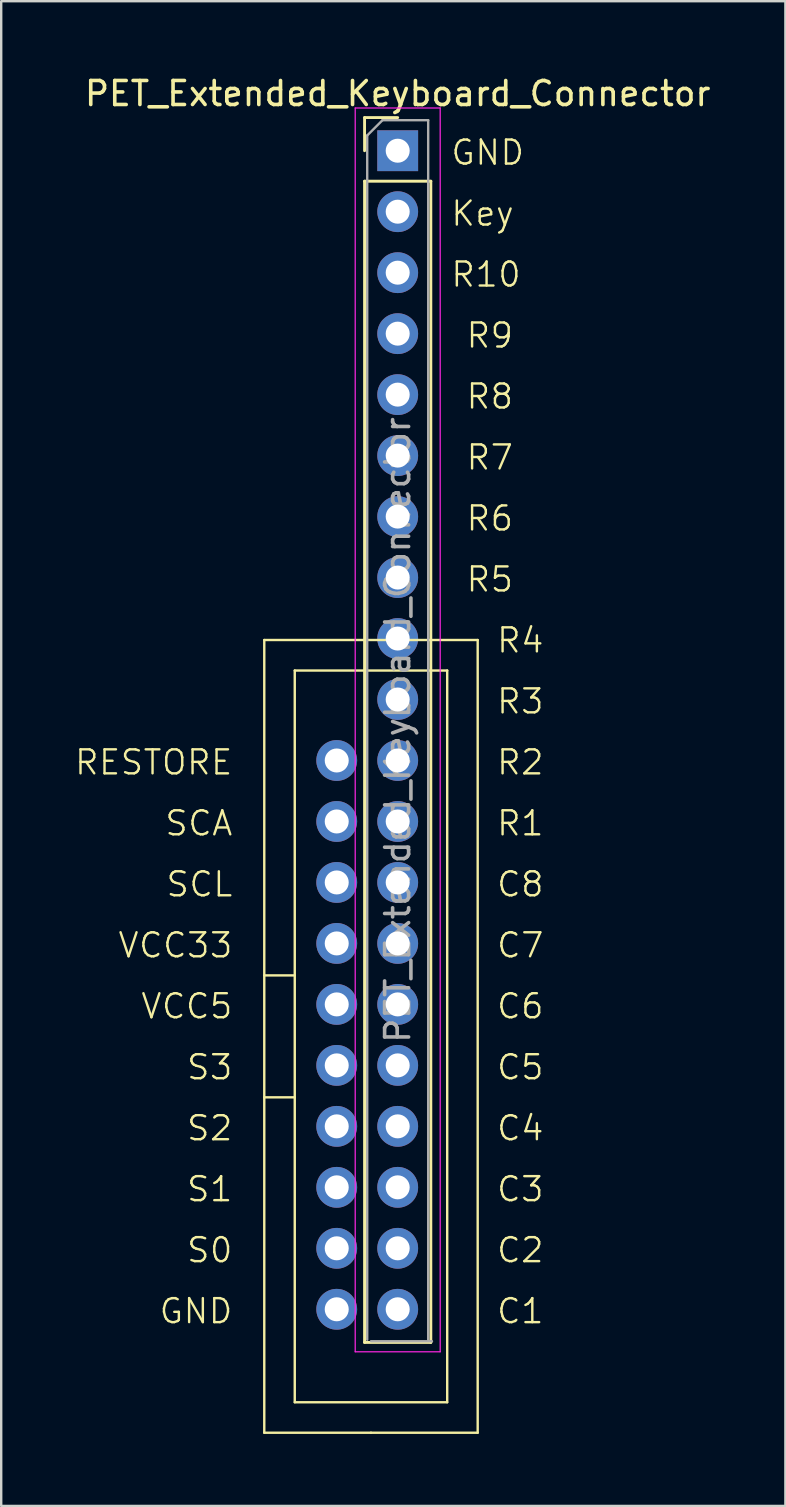
<source format=kicad_pcb>
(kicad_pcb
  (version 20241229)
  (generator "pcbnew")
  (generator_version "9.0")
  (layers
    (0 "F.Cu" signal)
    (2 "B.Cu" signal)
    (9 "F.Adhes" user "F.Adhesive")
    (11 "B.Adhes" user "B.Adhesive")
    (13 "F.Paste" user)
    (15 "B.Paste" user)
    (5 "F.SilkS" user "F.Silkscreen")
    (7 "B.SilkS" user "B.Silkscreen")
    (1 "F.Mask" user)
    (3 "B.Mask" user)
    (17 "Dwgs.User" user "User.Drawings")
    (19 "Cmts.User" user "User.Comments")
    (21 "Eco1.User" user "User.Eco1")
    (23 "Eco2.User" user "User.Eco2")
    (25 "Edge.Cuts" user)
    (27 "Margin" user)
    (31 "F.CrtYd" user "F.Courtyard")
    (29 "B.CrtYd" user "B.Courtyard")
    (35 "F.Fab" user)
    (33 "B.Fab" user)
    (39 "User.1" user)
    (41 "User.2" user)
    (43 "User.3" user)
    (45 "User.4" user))
  (footprint "PET_Extended_Keyboard_Connector"
    (layer "F.Cu")
    (at 13.516 3.228)
    (property "Reference" "PET_Extended_Keyboard_Connector" (at 0 -2.38 0) (layer "F.SilkS") (effects (font (size 1 1) (thickness 0.15))))
    (attr through_hole)
    (fp_line (start -5.558 20.382) (end -5.558 53.402) (stroke (width 0.1) (type default)) (layer "F.SilkS"))
    (fp_line (start -5.558 34.352) (end -4.288 34.352) (stroke (width 0.1) (type default)) (layer "F.SilkS"))
    (fp_line (start -5.558 39.432) (end -4.288 39.432) (stroke (width 0.1) (type default)) (layer "F.SilkS"))
    (fp_line (start -5.558 53.402) (end -1.113 53.402) (stroke (width 0.1) (type default)) (layer "F.SilkS"))
    (fp_line (start -4.288 21.652) (end -4.288 52.132) (stroke (width 0.1) (type default)) (layer "F.SilkS"))
    (fp_line (start -4.288 52.132) (end 2.062 52.132) (stroke (width 0.1) (type default)) (layer "F.SilkS"))
    (fp_line (start -1.38 -1.38) (end 0 -1.38) (stroke (width 0.12) (type solid)) (layer "F.SilkS"))
    (fp_line (start -1.38 0) (end -1.38 -1.38) (stroke (width 0.12) (type solid)) (layer "F.SilkS"))
    (fp_line (start -1.38 1.27) (end -1.38 49.64) (stroke (width 0.12) (type solid)) (layer "F.SilkS"))
    (fp_line (start -1.38 1.27) (end 1.38 1.27) (stroke (width 0.12) (type solid)) (layer "F.SilkS"))
    (fp_line (start -1.38 49.64) (end 1.38 49.64) (stroke (width 0.12) (type solid)) (layer "F.SilkS"))
    (fp_line (start -1.113 53.402) (end 3.332 53.402) (stroke (width 0.1) (type default)) (layer "F.SilkS"))
    (fp_line (start 1.38 1.27) (end 1.38 49.64) (stroke (width 0.12) (type solid)) (layer "F.SilkS"))
    (fp_line (start 2.062 21.652) (end -4.288 21.652) (stroke (width 0.1) (type default)) (layer "F.SilkS"))
    (fp_line (start 2.062 52.132) (end 2.062 21.652) (stroke (width 0.1) (type default)) (layer "F.SilkS"))
    (fp_line (start 3.332 20.382) (end -5.558 20.382) (stroke (width 0.1) (type default)) (layer "F.SilkS"))
    (fp_line (start 3.332 53.402) (end 3.332 20.382) (stroke (width 0.1) (type default)) (layer "F.SilkS"))
    (fp_line (start -1.77 -1.78) (end -1.77 50.03) (stroke (width 0.05) (type solid)) (layer "F.CrtYd"))
    (fp_line (start -1.77 50.03) (end 1.77 50.03) (stroke (width 0.05) (type solid)) (layer "F.CrtYd"))
    (fp_line (start 1.77 -1.78) (end -1.77 -1.78) (stroke (width 0.05) (type solid)) (layer "F.CrtYd"))
    (fp_line (start 1.77 50.03) (end 1.77 -1.78) (stroke (width 0.05) (type solid)) (layer "F.CrtYd"))
    (fp_line (start -1.27 -0.635) (end -0.635 -1.27) (stroke (width 0.1) (type solid)) (layer "F.Fab"))
    (fp_line (start -1.27 49.53) (end -1.27 -0.635) (stroke (width 0.1) (type solid)) (layer "F.Fab"))
    (fp_line (start -0.635 -1.27) (end 1.27 -1.27) (stroke (width 0.1) (type solid)) (layer "F.Fab"))
    (fp_line (start 1.27 -1.27) (end 1.27 49.53) (stroke (width 0.1) (type solid)) (layer "F.Fab"))
    (fp_line (start 1.427 49.592) (end -1.113 49.592) (stroke (width 0.1) (type solid)) (layer "F.Fab"))
    (fp_text user "C8" (at 4.065 31.142 0) (unlocked yes) (layer "F.SilkS") (effects (font (size 1 1) (thickness 0.1)) (justify left bottom)))
    (fp_text user "C4" (at 4.065 41.302 0) (unlocked yes) (layer "F.SilkS") (effects (font (size 1 1) (thickness 0.1)) (justify left bottom)))
    (fp_text user "RESTORE" (at -13.516 26.062 0) (unlocked yes) (layer "F.SilkS") (effects (font (size 1 1) (thickness 0.1)) (justify left bottom)))
    (fp_text user "C6" (at 4.065 36.222 0) (unlocked yes) (layer "F.SilkS") (effects (font (size 1 1) (thickness 0.1)) (justify left bottom)))
    (fp_text user "C5" (at 4.065 38.762 0) (unlocked yes) (layer "F.SilkS") (effects (font (size 1 1) (thickness 0.1)) (justify left bottom)))
    (fp_text user "VCC33" (at -11.706 33.682 0) (unlocked yes) (layer "F.SilkS") (effects (font (size 1 1) (thickness 0.1)) (justify left bottom)))
    (fp_text user "S3" (at -8.849 38.762 0) (unlocked yes) (layer "F.SilkS") (effects (font (size 1 1) (thickness 0.1)) (justify left bottom)))
    (fp_text user "R5" (at 2.795 18.442 0) (unlocked yes) (layer "F.SilkS") (effects (font (size 1 1) (thickness 0.1)) (justify left bottom)))
    (fp_text user "S2" (at -8.849 41.302 0) (unlocked yes) (layer "F.SilkS") (effects (font (size 1 1) (thickness 0.1)) (justify left bottom)))
    (fp_text user "R6" (at 2.795 15.902 0) (unlocked yes) (layer "F.SilkS") (effects (font (size 1 1) (thickness 0.1)) (justify left bottom)))
    (fp_text user "GND" (at 2.16 0.662 0) (unlocked yes) (layer "F.SilkS") (effects (font (size 1 1) (thickness 0.1)) (justify left bottom)))
    (fp_text user "SCL" (at -9.706 31.142 0) (unlocked yes) (layer "F.SilkS") (effects (font (size 1 1) (thickness 0.1)) (justify left bottom)))
    (fp_text user "R9" (at 2.795 8.282 0) (unlocked yes) (layer "F.SilkS") (effects (font (size 1 1) (thickness 0.1)) (justify left bottom)))
    (fp_text user "R2" (at 4.065 26.062 0) (unlocked yes) (layer "F.SilkS") (effects (font (size 1 1) (thickness 0.1)) (justify left bottom)))
    (fp_text user "Key" (at 2.16 3.202 0) (unlocked yes) (layer "F.SilkS") (effects (font (size 1 1) (thickness 0.1)) (justify left bottom)))
    (fp_text user "C3" (at 4.065 43.842 0) (unlocked yes) (layer "F.SilkS") (effects (font (size 1 1) (thickness 0.1)) (justify left bottom)))
    (fp_text user "R1" (at 4.065 28.602 0) (unlocked yes) (layer "F.SilkS") (effects (font (size 1 1) (thickness 0.1)) (justify left bottom)))
    (fp_text user "VCC5" (at -10.754 36.222 0) (unlocked yes) (layer "F.SilkS") (effects (font (size 1 1) (thickness 0.1)) (justify left bottom)))
    (fp_text user "R3" (at 4.065 23.522 0) (unlocked yes) (layer "F.SilkS") (effects (font (size 1 1) (thickness 0.1)) (justify left bottom)))
    (fp_text user "SCA" (at -9.754 28.602 0) (unlocked yes) (layer "F.SilkS") (effects (font (size 1 1) (thickness 0.1)) (justify left bottom)))
    (fp_text user "R8" (at 2.795 10.822 0) (unlocked yes) (layer "F.SilkS") (effects (font (size 1 1) (thickness 0.1)) (justify left bottom)))
    (fp_text user "GND" (at -9.992 48.922 0) (unlocked yes) (layer "F.SilkS") (effects (font (size 1 1) (thickness 0.1)) (justify left bottom)))
    (fp_text user "C1" (at 4.065 48.922 0) (unlocked yes) (layer "F.SilkS") (effects (font (size 1 1) (thickness 0.1)) (justify left bottom)))
    (fp_text user "R7" (at 2.795 13.362 0) (unlocked yes) (layer "F.SilkS") (effects (font (size 1 1) (thickness 0.1)) (justify left bottom)))
    (fp_text user "R4" (at 4.065 20.982 0) (unlocked yes) (layer "F.SilkS") (effects (font (size 1 1) (thickness 0.1)) (justify left bottom)))
    (fp_text user "S1" (at -8.849 43.842 0) (unlocked yes) (layer "F.SilkS") (effects (font (size 1 1) (thickness 0.1)) (justify left bottom)))
    (fp_text user "C2" (at 4.065 46.382 0) (unlocked yes) (layer "F.SilkS") (effects (font (size 1 1) (thickness 0.1)) (justify left bottom)))
    (fp_text user "R10" (at 2.16 5.742 0) (unlocked yes) (layer "F.SilkS") (effects (font (size 1 1) (thickness 0.1)) (justify left bottom)))
    (fp_text user "C7" (at 4.065 33.682 0) (unlocked yes) (layer "F.SilkS") (effects (font (size 1 1) (thickness 0.1)) (justify left bottom)))
    (fp_text user "S0" (at -8.849 46.382 0) (unlocked yes) (layer "F.SilkS") (effects (font (size 1 1) (thickness 0.1)) (justify left bottom)))
    (fp_text user "${REFERENCE}" (at 0 24.13 90) (layer "F.Fab") (effects (font (size 1 1) (thickness 0.15))))
    (pad "1" thru_hole rect (at 0 0) (size 1.7 1.7) (drill 1) (layers "*.Cu" "*.Mask"))
    (pad "2" thru_hole circle (at 0 2.54) (size 1.7 1.7) (drill 1) (layers "*.Cu" "*.Mask"))
    (pad "3" thru_hole circle (at 0 5.08) (size 1.7 1.7) (drill 1) (layers "*.Cu" "*.Mask"))
    (pad "4" thru_hole circle (at 0 7.62) (size 1.7 1.7) (drill 1) (layers "*.Cu" "*.Mask"))
    (pad "5" thru_hole circle (at 0 10.16) (size 1.7 1.7) (drill 1) (layers "*.Cu" "*.Mask"))
    (pad "6" thru_hole circle (at 0 12.7) (size 1.7 1.7) (drill 1) (layers "*.Cu" "*.Mask"))
    (pad "7" thru_hole circle (at 0 15.24) (size 1.7 1.7) (drill 1) (layers "*.Cu" "*.Mask"))
    (pad "8" thru_hole circle (at 0 17.78) (size 1.7 1.7) (drill 1) (layers "*.Cu" "*.Mask"))
    (pad "9" thru_hole circle (at 0 20.32) (size 1.7 1.7) (drill 1) (layers "*.Cu" "*.Mask"))
    (pad "10" thru_hole circle (at 0 22.86) (size 1.7 1.7) (drill 1) (layers "*.Cu" "*.Mask"))
    (pad "11" thru_hole circle (at 0 25.4) (size 1.7 1.7) (drill 1) (layers "*.Cu" "*.Mask"))
    (pad "12" thru_hole circle (at 0 27.94) (size 1.7 1.7) (drill 1) (layers "*.Cu" "*.Mask"))
    (pad "13" thru_hole circle (at 0 30.48) (size 1.7 1.7) (drill 1) (layers "*.Cu" "*.Mask"))
    (pad "14" thru_hole circle (at 0 33.02) (size 1.7 1.7) (drill 1) (layers "*.Cu" "*.Mask"))
    (pad "15" thru_hole circle (at 0 35.56) (size 1.7 1.7) (drill 1) (layers "*.Cu" "*.Mask"))
    (pad "16" thru_hole circle (at 0 38.1) (size 1.7 1.7) (drill 1) (layers "*.Cu" "*.Mask"))
    (pad "17" thru_hole circle (at 0 40.64) (size 1.7 1.7) (drill 1) (layers "*.Cu" "*.Mask"))
    (pad "18" thru_hole circle (at 0 43.18) (size 1.7 1.7) (drill 1) (layers "*.Cu" "*.Mask"))
    (pad "19" thru_hole circle (at 0 45.72) (size 1.7 1.7) (drill 1) (layers "*.Cu" "*.Mask"))
    (pad "20" thru_hole circle (at 0 48.26) (size 1.7 1.7) (drill 1) (layers "*.Cu" "*.Mask"))
    (pad "21" thru_hole circle (at -2.54 48.26) (size 1.7 1.7) (drill 1) (layers "*.Cu" "*.Mask"))
    (pad "22" thru_hole circle (at -2.54 45.72) (size 1.7 1.7) (drill 1) (layers "*.Cu" "*.Mask"))
    (pad "23" thru_hole circle (at -2.54 43.18) (size 1.7 1.7) (drill 1) (layers "*.Cu" "*.Mask"))
    (pad "24" thru_hole circle (at -2.54 40.64) (size 1.7 1.7) (drill 1) (layers "*.Cu" "*.Mask"))
    (pad "25" thru_hole circle (at -2.54 38.1) (size 1.7 1.7) (drill 1) (layers "*.Cu" "*.Mask"))
    (pad "26" thru_hole circle (at -2.54 35.56) (size 1.7 1.7) (drill 1) (layers "*.Cu" "*.Mask"))
    (pad "27" thru_hole circle (at -2.54 33.02) (size 1.7 1.7) (drill 1) (layers "*.Cu" "*.Mask"))
    (pad "28" thru_hole circle (at -2.54 30.48) (size 1.7 1.7) (drill 1) (layers "*.Cu" "*.Mask"))
    (pad "29" thru_hole circle (at -2.54 27.94) (size 1.7 1.7) (drill 1) (layers "*.Cu" "*.Mask"))
    (pad "30" thru_hole circle (at -2.54 25.4) (size 1.7 1.7) (drill 1) (layers "*.Cu" "*.Mask")))
  (gr_rect
    (start -3 -3)
    (end 29.665 59.68)
    (stroke (width 0.1) (type default))
    (fill no)
    (layer "Edge.Cuts")))
</source>
